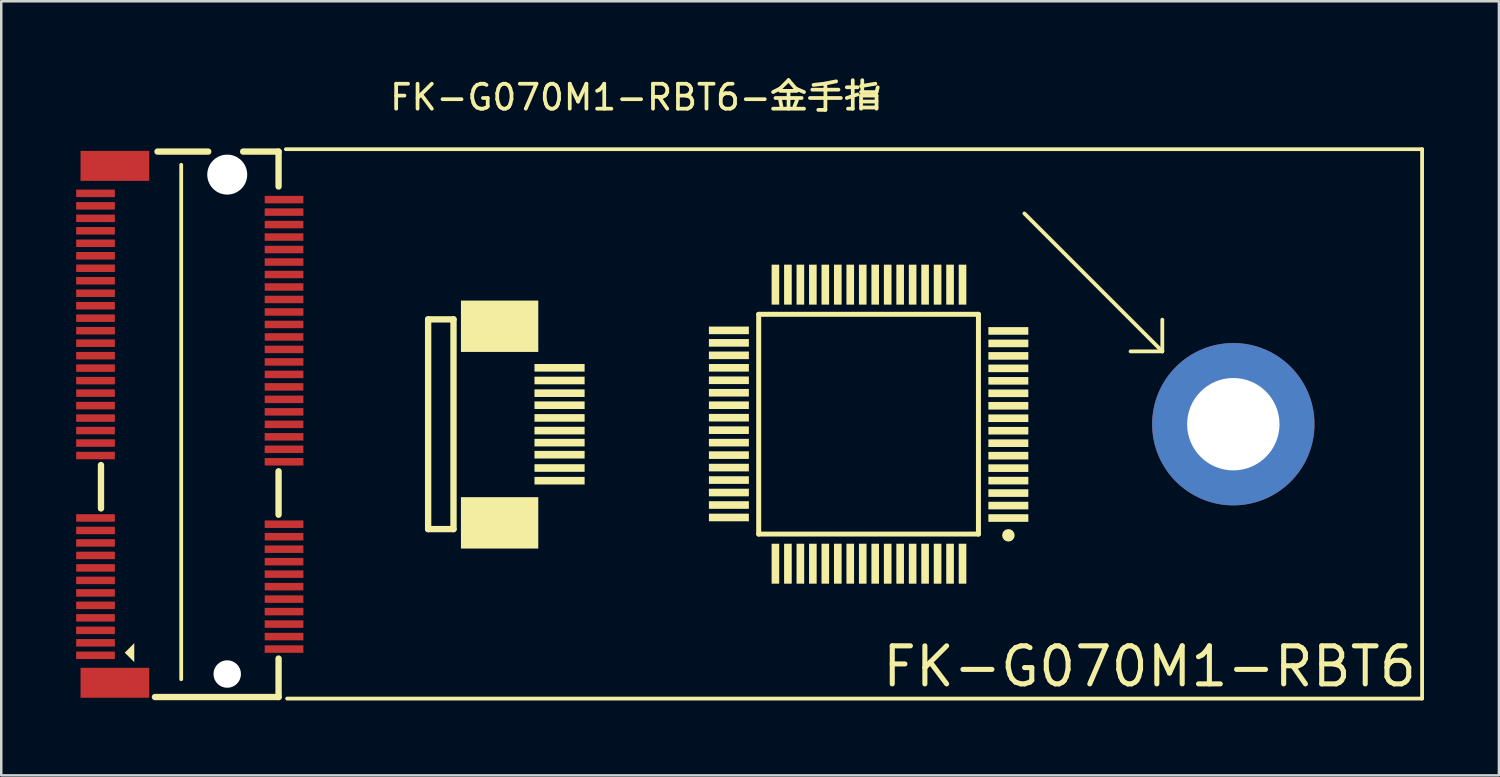
<source format=kicad_pcb>
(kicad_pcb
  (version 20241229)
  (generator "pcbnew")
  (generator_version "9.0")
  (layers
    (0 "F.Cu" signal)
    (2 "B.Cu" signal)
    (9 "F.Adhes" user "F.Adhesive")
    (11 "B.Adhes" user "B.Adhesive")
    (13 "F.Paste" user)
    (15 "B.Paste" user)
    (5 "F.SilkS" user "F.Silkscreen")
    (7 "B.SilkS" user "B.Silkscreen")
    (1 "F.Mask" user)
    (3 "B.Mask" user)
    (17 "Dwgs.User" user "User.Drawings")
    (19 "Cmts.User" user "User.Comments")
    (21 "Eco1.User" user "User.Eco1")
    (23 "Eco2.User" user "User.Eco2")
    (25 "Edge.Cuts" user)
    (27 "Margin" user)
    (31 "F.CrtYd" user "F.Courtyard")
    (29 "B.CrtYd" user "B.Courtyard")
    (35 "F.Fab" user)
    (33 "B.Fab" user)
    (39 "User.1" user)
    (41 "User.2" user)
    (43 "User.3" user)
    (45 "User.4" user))
  (footprint "FK-G070M1-RBT6-金手指"
    (layer "F.Cu")
    (at 23.558 13.943)
    (property "Reference" "FK-G070M1-RBT6-金手指" (at -1.148 -13.095 0) (unlocked yes) (layer "F.SilkS") (effects (font (size 1 1) (thickness 0.15))))
    (fp_line (start -22.564 3.369) (end -22.564 1.631) (stroke (width 0.254) (type solid)) (layer "F.SilkS"))
    (fp_line (start -20.402 10.922) (end -15.452 10.922) (stroke (width 0.254) (type solid)) (layer "F.SilkS"))
    (fp_line (start -20.3 -10.922) (end -18.268 -10.922) (stroke (width 0.254) (type solid)) (layer "F.SilkS"))
    (fp_line (start -19.351 10.208) (end -19.351 -10.392) (stroke (width 0.152) (type solid)) (layer "F.SilkS"))
    (fp_line (start -16.871 -10.922) (end -15.452 -10.922) (stroke (width 0.254) (type solid)) (layer "F.SilkS"))
    (fp_line (start -15.452 -9.525) (end -15.452 -10.922) (stroke (width 0.254) (type solid)) (layer "F.SilkS"))
    (fp_line (start -15.452 3.619) (end -15.452 1.881) (stroke (width 0.254) (type solid)) (layer "F.SilkS"))
    (fp_line (start -15.452 10.922) (end -15.452 9.381) (stroke (width 0.254) (type solid)) (layer "F.SilkS"))
    (fp_line (start -15.16 -11.018) (end 30.343 -11.018) (stroke (width 0.152) (type solid)) (layer "F.SilkS"))
    (fp_line (start -15.109 10.982) (end 30.343 10.982) (stroke (width 0.152) (type solid)) (layer "F.SilkS"))
    (fp_line (start -9.462 -4.204) (end -8.446 -4.204) (stroke (width 0.254) (type solid)) (layer "F.SilkS"))
    (fp_line (start -9.462 4.196) (end -9.462 -4.204) (stroke (width 0.254) (type solid)) (layer "F.SilkS"))
    (fp_line (start -9.462 4.196) (end -8.446 4.196) (stroke (width 0.254) (type solid)) (layer "F.SilkS"))
    (fp_line (start -8.446 4.196) (end -8.446 -4.204) (stroke (width 0.254) (type solid)) (layer "F.SilkS"))
    (fp_line (start 3.776 -4.405) (end 12.576 -4.405) (stroke (width 0.2) (type solid)) (layer "F.SilkS"))
    (fp_line (start 3.776 4.395) (end 3.776 -4.405) (stroke (width 0.2) (type solid)) (layer "F.SilkS"))
    (fp_line (start 3.776 4.395) (end 12.576 4.395) (stroke (width 0.2) (type solid)) (layer "F.SilkS"))
    (fp_line (start 12.576 4.395) (end 12.576 -4.405) (stroke (width 0.2) (type solid)) (layer "F.SilkS"))
    (fp_line (start 14.415 -8.445) (end 19.939 -2.921) (stroke (width 0.152) (type solid)) (layer "F.SilkS"))
    (fp_line (start 18.669 -2.921) (end 19.939 -2.921) (stroke (width 0.152) (type solid)) (layer "F.SilkS"))
    (fp_line (start 19.939 -2.921) (end 19.939 -4.191) (stroke (width 0.152) (type solid)) (layer "F.SilkS"))
    (fp_line (start 30.343 10.982) (end 30.343 -11.018) (stroke (width 0.152) (type solid)) (layer "F.SilkS"))
    (fp_rect (start -5.051 -4.956) (end -8.149 -2.899) (stroke (width 0) (type default)) (fill yes) (layer "F.SilkS"))
    (fp_rect (start -5.051 2.918) (end -8.149 4.975) (stroke (width 0) (type default)) (fill yes) (layer "F.SilkS"))
    (fp_rect (start -3.196 -2.416) (end -5.203 -2.111) (stroke (width 0) (type default)) (fill yes) (layer "F.SilkS"))
    (fp_rect (start -3.196 -1.908) (end -5.203 -1.603) (stroke (width 0) (type default)) (fill yes) (layer "F.SilkS"))
    (fp_rect (start -3.196 -1.4) (end -5.203 -1.095) (stroke (width 0) (type default)) (fill yes) (layer "F.SilkS"))
    (fp_rect (start -3.196 -0.917) (end -5.203 -0.613) (stroke (width 0) (type default)) (fill yes) (layer "F.SilkS"))
    (fp_rect (start -3.196 -0.409) (end -5.203 -0.105) (stroke (width 0) (type default)) (fill yes) (layer "F.SilkS"))
    (fp_rect (start -3.196 0.099) (end -5.203 0.403) (stroke (width 0) (type default)) (fill yes) (layer "F.SilkS"))
    (fp_rect (start -3.196 0.581) (end -5.203 0.886) (stroke (width 0) (type default)) (fill yes) (layer "F.SilkS"))
    (fp_rect (start -3.196 1.064) (end -5.203 1.369) (stroke (width 0) (type default)) (fill yes) (layer "F.SilkS"))
    (fp_rect (start -3.196 1.597) (end -5.203 1.902) (stroke (width 0) (type default)) (fill yes) (layer "F.SilkS"))
    (fp_rect (start -3.196 2.105) (end -5.203 2.41) (stroke (width 0) (type default)) (fill yes) (layer "F.SilkS"))
    (fp_rect (start 3.382 -3.915) (end 1.782 -3.61) (stroke (width 0) (type default)) (fill yes) (layer "F.SilkS"))
    (fp_rect (start 3.382 -3.415) (end 1.782 -3.11) (stroke (width 0) (type default)) (fill yes) (layer "F.SilkS"))
    (fp_rect (start 3.382 -2.915) (end 1.782 -2.611) (stroke (width 0) (type default)) (fill yes) (layer "F.SilkS"))
    (fp_rect (start 3.382 -2.416) (end 1.782 -2.111) (stroke (width 0) (type default)) (fill yes) (layer "F.SilkS"))
    (fp_rect (start 3.382 -1.916) (end 1.782 -1.612) (stroke (width 0) (type default)) (fill yes) (layer "F.SilkS"))
    (fp_rect (start 3.382 -1.417) (end 1.782 -1.112) (stroke (width 0) (type default)) (fill yes) (layer "F.SilkS"))
    (fp_rect (start 3.382 -0.917) (end 1.782 -0.613) (stroke (width 0) (type default)) (fill yes) (layer "F.SilkS"))
    (fp_rect (start 3.382 -0.418) (end 1.782 -0.113) (stroke (width 0) (type default)) (fill yes) (layer "F.SilkS"))
    (fp_rect (start 3.382 0.082) (end 1.782 0.387) (stroke (width 0) (type default)) (fill yes) (layer "F.SilkS"))
    (fp_rect (start 3.382 0.581) (end 1.782 0.886) (stroke (width 0) (type default)) (fill yes) (layer "F.SilkS"))
    (fp_rect (start 3.382 1.081) (end 1.782 1.386) (stroke (width 0) (type default)) (fill yes) (layer "F.SilkS"))
    (fp_rect (start 3.382 1.58) (end 1.782 1.885) (stroke (width 0) (type default)) (fill yes) (layer "F.SilkS"))
    (fp_rect (start 3.382 2.08) (end 1.782 2.385) (stroke (width 0) (type default)) (fill yes) (layer "F.SilkS"))
    (fp_rect (start 3.382 2.579) (end 1.782 2.884) (stroke (width 0) (type default)) (fill yes) (layer "F.SilkS"))
    (fp_rect (start 3.382 3.079) (end 1.782 3.384) (stroke (width 0) (type default)) (fill yes) (layer "F.SilkS"))
    (fp_rect (start 3.382 3.578) (end 1.782 3.883) (stroke (width 0) (type default)) (fill yes) (layer "F.SilkS"))
    (fp_rect (start 4.293 -6.394) (end 4.598 -4.794) (stroke (width 0) (type default)) (fill yes) (layer "F.SilkS"))
    (fp_rect (start 4.293 4.782) (end 4.598 6.382) (stroke (width 0) (type default)) (fill yes) (layer "F.SilkS"))
    (fp_rect (start 4.793 -6.394) (end 5.098 -4.794) (stroke (width 0) (type default)) (fill yes) (layer "F.SilkS"))
    (fp_rect (start 4.793 4.782) (end 5.098 6.382) (stroke (width 0) (type default)) (fill yes) (layer "F.SilkS"))
    (fp_rect (start 5.292 -6.394) (end 5.597 -4.794) (stroke (width 0) (type default)) (fill yes) (layer "F.SilkS"))
    (fp_rect (start 5.292 4.782) (end 5.597 6.382) (stroke (width 0) (type default)) (fill yes) (layer "F.SilkS"))
    (fp_rect (start 5.792 -6.394) (end 6.097 -4.794) (stroke (width 0) (type default)) (fill yes) (layer "F.SilkS"))
    (fp_rect (start 5.792 4.782) (end 6.097 6.382) (stroke (width 0) (type default)) (fill yes) (layer "F.SilkS"))
    (fp_rect (start 6.291 -6.394) (end 6.596 -4.794) (stroke (width 0) (type default)) (fill yes) (layer "F.SilkS"))
    (fp_rect (start 6.291 4.782) (end 6.596 6.382) (stroke (width 0) (type default)) (fill yes) (layer "F.SilkS"))
    (fp_rect (start 6.791 -6.394) (end 7.096 -4.794) (stroke (width 0) (type default)) (fill yes) (layer "F.SilkS"))
    (fp_rect (start 6.791 4.782) (end 7.096 6.382) (stroke (width 0) (type default)) (fill yes) (layer "F.SilkS"))
    (fp_rect (start 7.29 -6.394) (end 7.595 -4.794) (stroke (width 0) (type default)) (fill yes) (layer "F.SilkS"))
    (fp_rect (start 7.29 4.782) (end 7.595 6.382) (stroke (width 0) (type default)) (fill yes) (layer "F.SilkS"))
    (fp_rect (start 7.79 -6.394) (end 8.095 -4.794) (stroke (width 0) (type default)) (fill yes) (layer "F.SilkS"))
    (fp_rect (start 7.79 4.782) (end 8.095 6.382) (stroke (width 0) (type default)) (fill yes) (layer "F.SilkS"))
    (fp_rect (start 8.29 -6.394) (end 8.594 -4.794) (stroke (width 0) (type default)) (fill yes) (layer "F.SilkS"))
    (fp_rect (start 8.29 4.782) (end 8.594 6.382) (stroke (width 0) (type default)) (fill yes) (layer "F.SilkS"))
    (fp_rect (start 8.789 -6.394) (end 9.094 -4.794) (stroke (width 0) (type default)) (fill yes) (layer "F.SilkS"))
    (fp_rect (start 8.789 4.782) (end 9.094 6.382) (stroke (width 0) (type default)) (fill yes) (layer "F.SilkS"))
    (fp_rect (start 9.289 -6.394) (end 9.593 -4.794) (stroke (width 0) (type default)) (fill yes) (layer "F.SilkS"))
    (fp_rect (start 9.289 4.782) (end 9.593 6.382) (stroke (width 0) (type default)) (fill yes) (layer "F.SilkS"))
    (fp_rect (start 9.788 -6.394) (end 10.093 -4.794) (stroke (width 0) (type default)) (fill yes) (layer "F.SilkS"))
    (fp_rect (start 9.788 4.782) (end 10.093 6.382) (stroke (width 0) (type default)) (fill yes) (layer "F.SilkS"))
    (fp_rect (start 10.288 -6.394) (end 10.592 -4.794) (stroke (width 0) (type default)) (fill yes) (layer "F.SilkS"))
    (fp_rect (start 10.288 4.782) (end 10.592 6.382) (stroke (width 0) (type default)) (fill yes) (layer "F.SilkS"))
    (fp_rect (start 10.787 -6.394) (end 11.092 -4.794) (stroke (width 0) (type default)) (fill yes) (layer "F.SilkS"))
    (fp_rect (start 10.787 4.782) (end 11.092 6.382) (stroke (width 0) (type default)) (fill yes) (layer "F.SilkS"))
    (fp_rect (start 11.287 -6.394) (end 11.592 -4.794) (stroke (width 0) (type default)) (fill yes) (layer "F.SilkS"))
    (fp_rect (start 11.287 4.782) (end 11.592 6.382) (stroke (width 0) (type default)) (fill yes) (layer "F.SilkS"))
    (fp_rect (start 11.786 -6.394) (end 12.091 -4.794) (stroke (width 0) (type default)) (fill yes) (layer "F.SilkS"))
    (fp_rect (start 11.786 4.782) (end 12.091 6.382) (stroke (width 0) (type default)) (fill yes) (layer "F.SilkS"))
    (fp_rect (start 14.574 -3.893) (end 12.974 -3.588) (stroke (width 0) (type default)) (fill yes) (layer "F.SilkS"))
    (fp_rect (start 14.574 -3.393) (end 12.974 -3.088) (stroke (width 0) (type default)) (fill yes) (layer "F.SilkS"))
    (fp_rect (start 14.574 -2.893) (end 12.974 -2.589) (stroke (width 0) (type default)) (fill yes) (layer "F.SilkS"))
    (fp_rect (start 14.574 -2.394) (end 12.974 -2.089) (stroke (width 0) (type default)) (fill yes) (layer "F.SilkS"))
    (fp_rect (start 14.574 -1.894) (end 12.974 -1.59) (stroke (width 0) (type default)) (fill yes) (layer "F.SilkS"))
    (fp_rect (start 14.574 -1.395) (end 12.974 -1.09) (stroke (width 0) (type default)) (fill yes) (layer "F.SilkS"))
    (fp_rect (start 14.574 -0.895) (end 12.974 -0.591) (stroke (width 0) (type default)) (fill yes) (layer "F.SilkS"))
    (fp_rect (start 14.574 -0.396) (end 12.974 -0.091) (stroke (width 0) (type default)) (fill yes) (layer "F.SilkS"))
    (fp_rect (start 14.574 0.104) (end 12.974 0.408) (stroke (width 0) (type default)) (fill yes) (layer "F.SilkS"))
    (fp_rect (start 14.574 0.603) (end 12.974 0.908) (stroke (width 0) (type default)) (fill yes) (layer "F.SilkS"))
    (fp_rect (start 14.574 1.103) (end 12.974 1.408) (stroke (width 0) (type default)) (fill yes) (layer "F.SilkS"))
    (fp_rect (start 14.574 1.602) (end 12.974 1.907) (stroke (width 0) (type default)) (fill yes) (layer "F.SilkS"))
    (fp_rect (start 14.574 2.102) (end 12.974 2.407) (stroke (width 0) (type default)) (fill yes) (layer "F.SilkS"))
    (fp_rect (start 14.574 2.601) (end 12.974 2.906) (stroke (width 0) (type default)) (fill yes) (layer "F.SilkS"))
    (fp_rect (start 14.574 3.101) (end 12.974 3.406) (stroke (width 0) (type default)) (fill yes) (layer "F.SilkS"))
    (fp_rect (start 14.574 3.6) (end 12.974 3.905) (stroke (width 0) (type default)) (fill yes) (layer "F.SilkS"))
    (fp_circle (center 13.776 4.445) (end 13.776 4.32) (stroke (width 0.25) (type solid)) (fill no) (layer "F.SilkS"))
    (fp_poly (pts (xy -21.612 9.144) (xy -21.231 9.525) (xy -21.231 8.763)) (stroke (width 0) (type default)) (fill yes) (layer "F.SilkS"))
    (fp_text user "FK-G070M1-RBT6" (at 8.628 10.592 0) (unlocked yes) (layer "F.SilkS") (effects (font (size 1.524 1.524) (thickness 0.203)) (justify left bottom)))
    (pad "" np_thru_hole circle (at -17.508 -10 90) (size 1.6 1.6) (drill 1.6) (layers "*.Cu" "*.Mask"))
    (pad "" np_thru_hole circle (at -17.508 10 90) (size 1.1 1.1) (drill 1.1) (layers "*.Cu" "*.Mask"))
    (pad "0" smd rect (at -22.008 -10.35 90) (size 1.2 2.75) (layers "F.Cu" "F.Mask" "F.Paste"))
    (pad "0" smd rect (at -22.008 10.35 90) (size 1.2 2.75) (layers "F.Cu" "F.Mask" "F.Paste"))
    (pad "0" thru_hole circle (at 22.783 -0.005 270) (size 6.5 6.5) (drill 3.7) (layers "*.Cu" "*.Mask"))
    (pad "1" smd rect (at -22.783 9.25 90) (size 0.3 1.55) (layers "F.Cu" "F.Mask" "F.Paste"))
    (pad "2" smd rect (at -15.233 9 90) (size 0.3 1.55) (layers "F.Cu" "F.Mask" "F.Paste"))
    (pad "3" smd rect (at -22.783 8.75 90) (size 0.3 1.55) (layers "F.Cu" "F.Mask" "F.Paste"))
    (pad "4" smd rect (at -15.233 8.5 90) (size 0.3 1.55) (layers "F.Cu" "F.Mask" "F.Paste"))
    (pad "5" smd rect (at -22.783 8.25 90) (size 0.3 1.55) (layers "F.Cu" "F.Mask" "F.Paste"))
    (pad "6" smd rect (at -15.233 8 90) (size 0.3 1.55) (layers "F.Cu" "F.Mask" "F.Paste"))
    (pad "7" smd rect (at -22.783 7.75 90) (size 0.3 1.55) (layers "F.Cu" "F.Mask" "F.Paste"))
    (pad "8" smd rect (at -15.233 7.5 90) (size 0.3 1.55) (layers "F.Cu" "F.Mask" "F.Paste"))
    (pad "9" smd rect (at -22.783 7.25 90) (size 0.3 1.55) (layers "F.Cu" "F.Mask" "F.Paste"))
    (pad "10" smd rect (at -15.233 7 90) (size 0.3 1.55) (layers "F.Cu" "F.Mask" "F.Paste"))
    (pad "11" smd rect (at -22.783 6.75 90) (size 0.3 1.55) (layers "F.Cu" "F.Mask" "F.Paste"))
    (pad "12" smd rect (at -15.233 6.5 90) (size 0.3 1.55) (layers "F.Cu" "F.Mask" "F.Paste"))
    (pad "13" smd rect (at -22.783 6.25 90) (size 0.3 1.55) (layers "F.Cu" "F.Mask" "F.Paste"))
    (pad "14" smd rect (at -15.233 6 90) (size 0.3 1.55) (layers "F.Cu" "F.Mask" "F.Paste"))
    (pad "15" smd rect (at -22.783 5.75 90) (size 0.3 1.55) (layers "F.Cu" "F.Mask" "F.Paste"))
    (pad "16" smd rect (at -15.233 5.5 90) (size 0.3 1.55) (layers "F.Cu" "F.Mask" "F.Paste"))
    (pad "17" smd rect (at -22.783 5.25 90) (size 0.3 1.55) (layers "F.Cu" "F.Mask" "F.Paste"))
    (pad "18" smd rect (at -15.233 5 90) (size 0.3 1.55) (layers "F.Cu" "F.Mask" "F.Paste"))
    (pad "19" smd rect (at -22.783 4.75 90) (size 0.3 1.55) (layers "F.Cu" "F.Mask" "F.Paste"))
    (pad "20" smd rect (at -15.233 4.5 90) (size 0.3 1.55) (layers "F.Cu" "F.Mask" "F.Paste"))
    (pad "21" smd rect (at -22.783 4.25 90) (size 0.3 1.55) (layers "F.Cu" "F.Mask" "F.Paste"))
    (pad "22" smd rect (at -15.233 4 90) (size 0.3 1.55) (layers "F.Cu" "F.Mask" "F.Paste"))
    (pad "23" smd rect (at -22.783 3.75 90) (size 0.3 1.55) (layers "F.Cu" "F.Mask" "F.Paste"))
    (pad "32" smd rect (at -15.233 1.5 90) (size 0.3 1.55) (layers "F.Cu" "F.Mask" "F.Paste"))
    (pad "33" smd rect (at -22.783 1.25 90) (size 0.3 1.55) (layers "F.Cu" "F.Mask" "F.Paste"))
    (pad "34" smd rect (at -15.233 1 90) (size 0.3 1.55) (layers "F.Cu" "F.Mask" "F.Paste"))
    (pad "35" smd rect (at -22.783 0.75 90) (size 0.3 1.55) (layers "F.Cu" "F.Mask" "F.Paste"))
    (pad "36" smd rect (at -15.233 0.5 90) (size 0.3 1.55) (layers "F.Cu" "F.Mask" "F.Paste"))
    (pad "37" smd rect (at -22.783 0.25 90) (size 0.3 1.55) (layers "F.Cu" "F.Mask" "F.Paste"))
    (pad "38" smd rect (at -15.233 0 90) (size 0.3 1.55) (layers "F.Cu" "F.Mask" "F.Paste"))
    (pad "39" smd rect (at -22.783 -0.25 90) (size 0.3 1.55) (layers "F.Cu" "F.Mask" "F.Paste"))
    (pad "40" smd rect (at -15.233 -0.5 90) (size 0.3 1.55) (layers "F.Cu" "F.Mask" "F.Paste"))
    (pad "41" smd rect (at -22.783 -0.75 90) (size 0.3 1.55) (layers "F.Cu" "F.Mask" "F.Paste"))
    (pad "42" smd rect (at -15.233 -1 90) (size 0.3 1.55) (layers "F.Cu" "F.Mask" "F.Paste"))
    (pad "43" smd rect (at -22.783 -1.25 90) (size 0.3 1.55) (layers "F.Cu" "F.Mask" "F.Paste"))
    (pad "44" smd rect (at -15.233 -1.5 90) (size 0.3 1.55) (layers "F.Cu" "F.Mask" "F.Paste"))
    (pad "45" smd rect (at -22.783 -1.75 90) (size 0.3 1.55) (layers "F.Cu" "F.Mask" "F.Paste"))
    (pad "46" smd rect (at -15.233 -2 90) (size 0.3 1.55) (layers "F.Cu" "F.Mask" "F.Paste"))
    (pad "47" smd rect (at -22.783 -2.25 90) (size 0.3 1.55) (layers "F.Cu" "F.Mask" "F.Paste"))
    (pad "48" smd rect (at -15.233 -2.5 90) (size 0.3 1.55) (layers "F.Cu" "F.Mask" "F.Paste"))
    (pad "49" smd rect (at -22.783 -2.75 90) (size 0.3 1.55) (layers "F.Cu" "F.Mask" "F.Paste"))
    (pad "50" smd rect (at -15.233 -3 90) (size 0.3 1.55) (layers "F.Cu" "F.Mask" "F.Paste"))
    (pad "51" smd rect (at -22.783 -3.25 90) (size 0.3 1.55) (layers "F.Cu" "F.Mask" "F.Paste"))
    (pad "52" smd rect (at -15.233 -3.5 90) (size 0.3 1.55) (layers "F.Cu" "F.Mask" "F.Paste"))
    (pad "53" smd rect (at -22.783 -3.75 90) (size 0.3 1.55) (layers "F.Cu" "F.Mask" "F.Paste"))
    (pad "54" smd rect (at -15.233 -4 90) (size 0.3 1.55) (layers "F.Cu" "F.Mask" "F.Paste"))
    (pad "55" smd rect (at -22.783 -4.25 90) (size 0.3 1.55) (layers "F.Cu" "F.Mask" "F.Paste"))
    (pad "56" smd rect (at -15.233 -4.5 90) (size 0.3 1.55) (layers "F.Cu" "F.Mask" "F.Paste"))
    (pad "57" smd rect (at -22.783 -4.75 90) (size 0.3 1.55) (layers "F.Cu" "F.Mask" "F.Paste"))
    (pad "58" smd rect (at -15.233 -5 90) (size 0.3 1.55) (layers "F.Cu" "F.Mask" "F.Paste"))
    (pad "59" smd rect (at -22.783 -5.25 90) (size 0.3 1.55) (layers "F.Cu" "F.Mask" "F.Paste"))
    (pad "60" smd rect (at -15.233 -5.5 90) (size 0.3 1.55) (layers "F.Cu" "F.Mask" "F.Paste"))
    (pad "61" smd rect (at -22.783 -5.75 90) (size 0.3 1.55) (layers "F.Cu" "F.Mask" "F.Paste"))
    (pad "62" smd rect (at -15.233 -6 90) (size 0.3 1.55) (layers "F.Cu" "F.Mask" "F.Paste"))
    (pad "63" smd rect (at -22.783 -6.25 90) (size 0.3 1.55) (layers "F.Cu" "F.Mask" "F.Paste"))
    (pad "64" smd rect (at -15.233 -6.5 90) (size 0.3 1.55) (layers "F.Cu" "F.Mask" "F.Paste"))
    (pad "65" smd rect (at -22.783 -6.75 90) (size 0.3 1.55) (layers "F.Cu" "F.Mask" "F.Paste"))
    (pad "66" smd rect (at -15.233 -7 90) (size 0.3 1.55) (layers "F.Cu" "F.Mask" "F.Paste"))
    (pad "67" smd rect (at -22.783 -7.25 90) (size 0.3 1.55) (layers "F.Cu" "F.Mask" "F.Paste"))
    (pad "68" smd rect (at -15.233 -7.5 90) (size 0.3 1.55) (layers "F.Cu" "F.Mask" "F.Paste"))
    (pad "69" smd rect (at -22.783 -7.75 90) (size 0.3 1.55) (layers "F.Cu" "F.Mask" "F.Paste"))
    (pad "70" smd rect (at -15.233 -8 90) (size 0.3 1.55) (layers "F.Cu" "F.Mask" "F.Paste"))
    (pad "71" smd rect (at -22.783 -8.25 90) (size 0.3 1.55) (layers "F.Cu" "F.Mask" "F.Paste"))
    (pad "72" smd rect (at -15.233 -8.5 90) (size 0.3 1.55) (layers "F.Cu" "F.Mask" "F.Paste"))
    (pad "73" smd rect (at -22.783 -8.75 90) (size 0.3 1.55) (layers "F.Cu" "F.Mask" "F.Paste"))
    (pad "74" smd rect (at -15.233 -9 90) (size 0.3 1.55) (layers "F.Cu" "F.Mask" "F.Paste"))
    (pad "75" smd rect (at -22.783 -9.25 90) (size 0.3 1.55) (layers "F.Cu" "F.Mask" "F.Paste")))
  (gr_rect
    (start -3 -3)
    (end 56.978 28.001)
    (stroke (width 0.1) (type default))
    (fill no)
    (layer "Edge.Cuts")))
</source>
